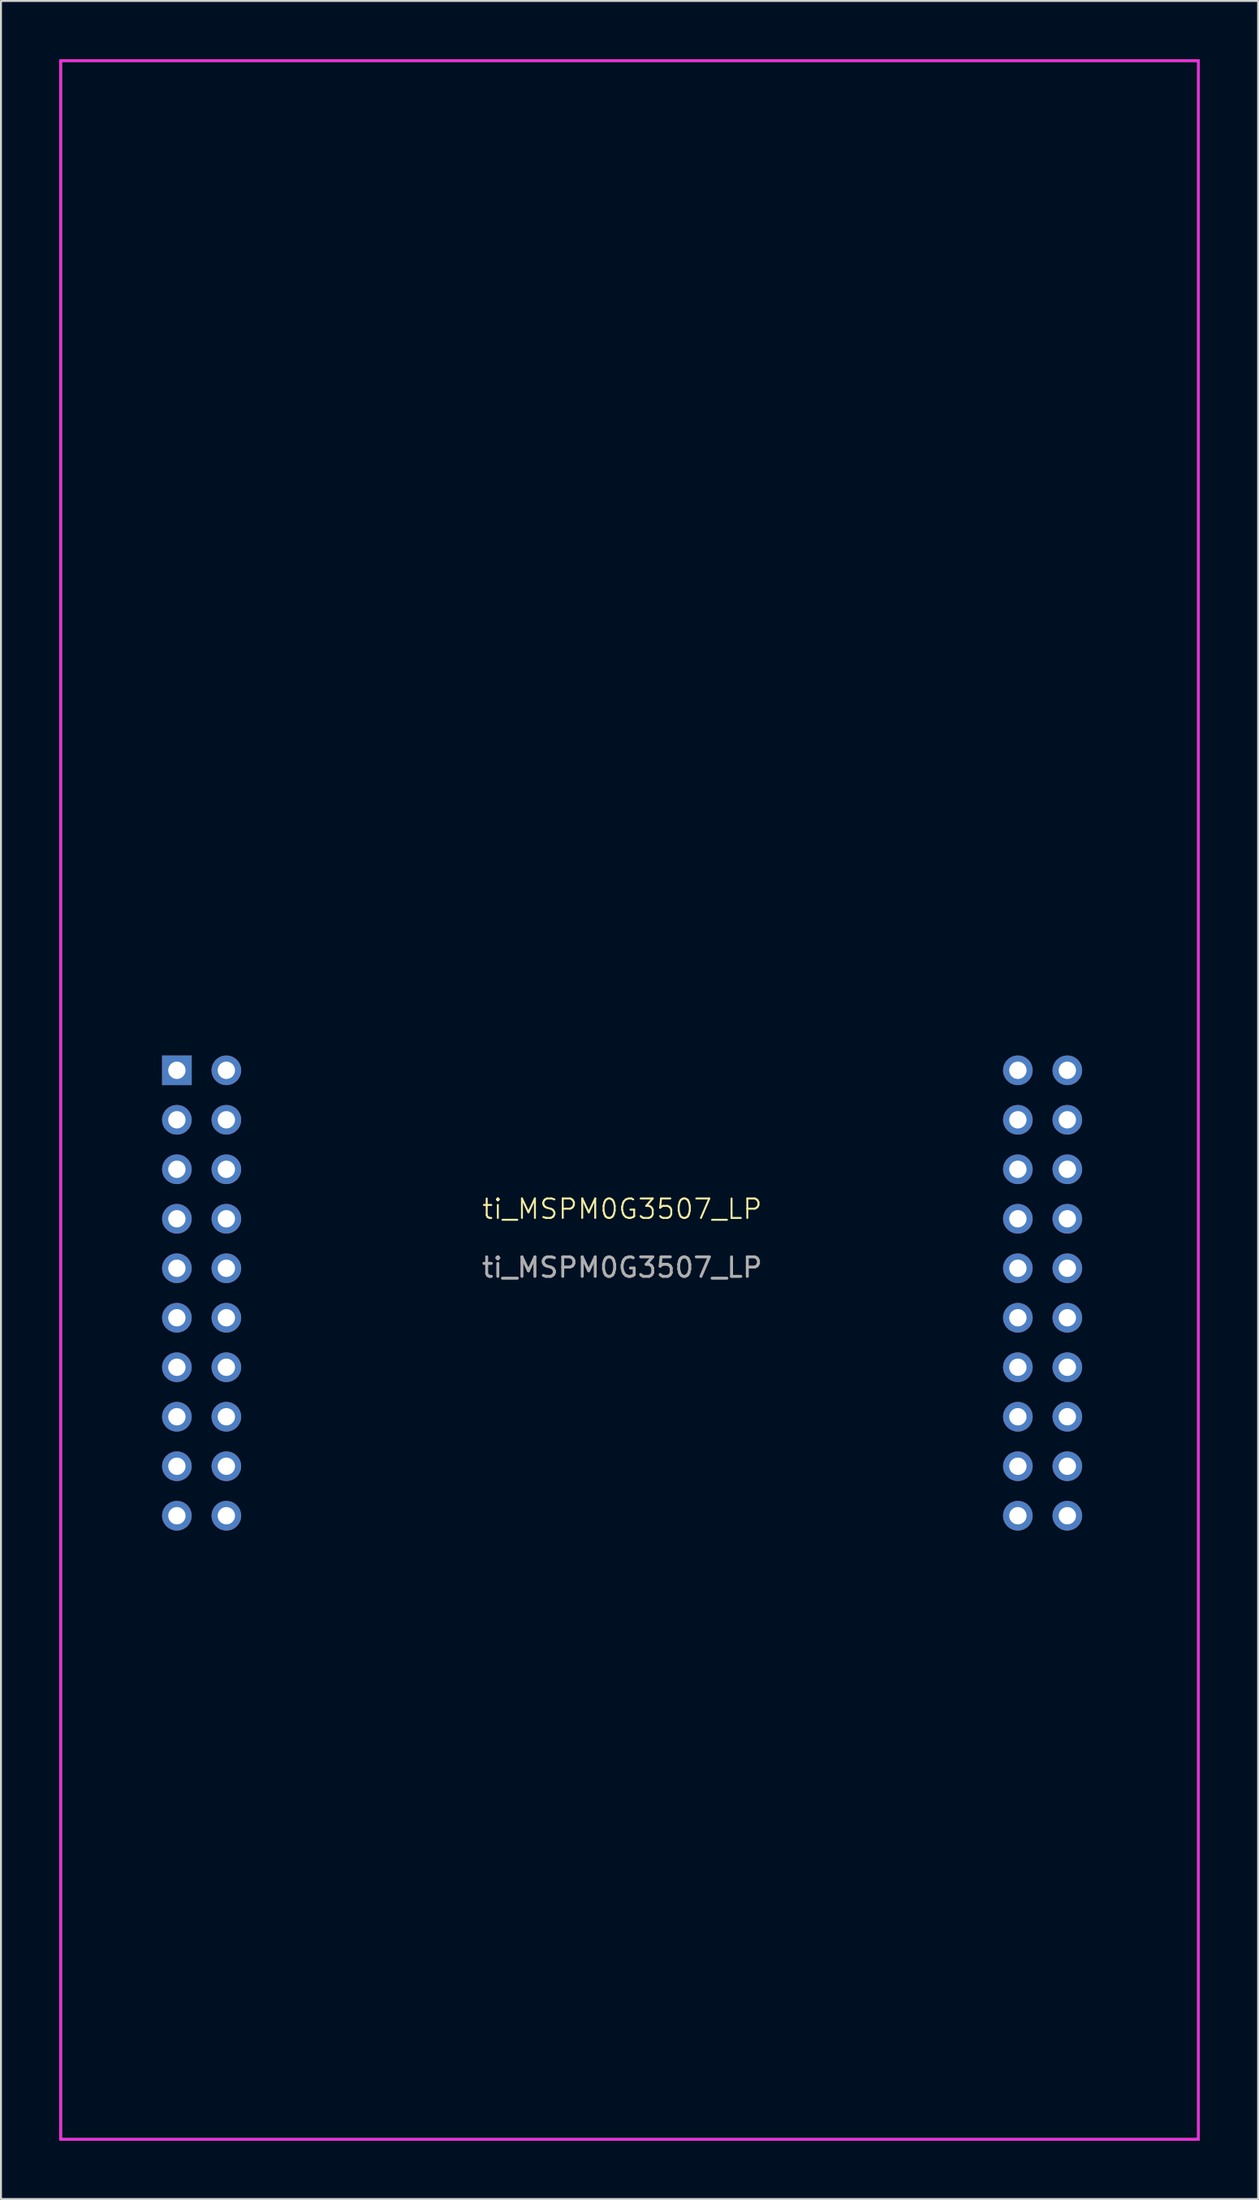
<source format=kicad_pcb>
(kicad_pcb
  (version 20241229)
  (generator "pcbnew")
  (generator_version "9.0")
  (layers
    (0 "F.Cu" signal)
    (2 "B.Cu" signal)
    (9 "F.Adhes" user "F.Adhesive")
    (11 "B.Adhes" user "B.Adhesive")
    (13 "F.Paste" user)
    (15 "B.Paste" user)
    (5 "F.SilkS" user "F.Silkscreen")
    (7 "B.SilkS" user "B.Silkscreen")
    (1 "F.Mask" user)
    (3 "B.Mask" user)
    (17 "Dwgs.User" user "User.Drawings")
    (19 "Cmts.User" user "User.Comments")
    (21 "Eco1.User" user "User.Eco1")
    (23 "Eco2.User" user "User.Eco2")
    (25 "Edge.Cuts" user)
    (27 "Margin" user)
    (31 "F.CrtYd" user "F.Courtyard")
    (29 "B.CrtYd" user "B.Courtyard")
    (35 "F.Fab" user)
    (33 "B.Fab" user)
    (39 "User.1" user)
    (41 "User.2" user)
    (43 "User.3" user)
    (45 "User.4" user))
  (footprint "ti_MSPM0G3507_LP"
    (layer "F.Cu")
    (at 28.892 59.499)
    (property "Reference" "ti_MSPM0G3507_LP" (at 0 -0.5 0) (unlocked yes) (layer "F.SilkS") (effects (font (size 1 1) (thickness 0.1))))
    (attr through_hole)
    (fp_line (start -28.829 -59.436) (end -28.829 47.244) (stroke (width 0.127) (type solid)) (layer "F.SilkS"))
    (fp_line (start -28.829 -59.436) (end 29.591 -59.436) (stroke (width 0.127) (type solid)) (layer "F.SilkS"))
    (fp_line (start -28.829 47.244) (end 29.591 47.244) (stroke (width 0.127) (type solid)) (layer "F.SilkS"))
    (fp_line (start 29.591 -59.436) (end 29.591 47.244) (stroke (width 0.127) (type solid)) (layer "F.SilkS"))
    (fp_line (start -28.829 -59.436) (end -28.829 47.244) (stroke (width 0.127) (type solid)) (layer "F.CrtYd"))
    (fp_line (start -28.829 -59.436) (end 29.591 -59.436) (stroke (width 0.127) (type solid)) (layer "F.CrtYd"))
    (fp_line (start -28.829 47.244) (end 29.591 47.244) (stroke (width 0.127) (type solid)) (layer "F.CrtYd"))
    (fp_line (start 29.591 -59.436) (end 29.591 47.244) (stroke (width 0.127) (type solid)) (layer "F.CrtYd"))
    (fp_line (start -28.829 -59.436) (end -28.829 47.244) (stroke (width 0.127) (type solid)) (layer "F.Fab"))
    (fp_line (start -28.829 -59.436) (end 29.591 -59.436) (stroke (width 0.127) (type solid)) (layer "F.Fab"))
    (fp_line (start -28.829 47.244) (end 29.591 47.244) (stroke (width 0.127) (type solid)) (layer "F.Fab"))
    (fp_line (start 29.591 -59.436) (end 29.591 47.244) (stroke (width 0.127) (type solid)) (layer "F.Fab"))
    (fp_text user "${REFERENCE}" (at 0 2.5 0) (unlocked yes) (layer "F.Fab") (effects (font (size 1 1) (thickness 0.15))))
    (pad "J1_1" thru_hole rect (at -22.86 -7.62) (size 1.52 1.52) (drill 0.89) (layers "*.Cu" "*.Mask"))
    (pad "J1_2" thru_hole circle (at -22.86 -5.08) (size 1.52 1.52) (drill 0.89) (layers "*.Cu" "*.Mask"))
    (pad "J1_3" thru_hole circle (at -22.86 -2.54) (size 1.52 1.52) (drill 0.89) (layers "*.Cu" "*.Mask"))
    (pad "J1_4" thru_hole circle (at -22.86 0) (size 1.52 1.52) (drill 0.89) (layers "*.Cu" "*.Mask"))
    (pad "J1_5" thru_hole circle (at -22.86 2.54) (size 1.52 1.52) (drill 0.89) (layers "*.Cu" "*.Mask"))
    (pad "J1_6" thru_hole circle (at -22.86 5.08) (size 1.52 1.52) (drill 0.89) (layers "*.Cu" "*.Mask"))
    (pad "J1_7" thru_hole circle (at -22.86 7.62) (size 1.52 1.52) (drill 0.89) (layers "*.Cu" "*.Mask"))
    (pad "J1_8" thru_hole circle (at -22.86 10.16) (size 1.52 1.52) (drill 0.89) (layers "*.Cu" "*.Mask"))
    (pad "J1_9" thru_hole circle (at -22.86 12.7) (size 1.52 1.52) (drill 0.89) (layers "*.Cu" "*.Mask"))
    (pad "J1_10" thru_hole circle (at -22.86 15.24) (size 1.52 1.52) (drill 0.89) (layers "*.Cu" "*.Mask"))
    (pad "J2_1" thru_hole circle (at 22.86 -7.62) (size 1.52 1.52) (drill 0.89) (layers "*.Cu" "*.Mask"))
    (pad "J2_2" thru_hole circle (at 22.86 -5.08) (size 1.52 1.52) (drill 0.89) (layers "*.Cu" "*.Mask"))
    (pad "J2_3" thru_hole circle (at 22.86 -2.54) (size 1.52 1.52) (drill 0.89) (layers "*.Cu" "*.Mask"))
    (pad "J2_4" thru_hole circle (at 22.86 0) (size 1.52 1.52) (drill 0.89) (layers "*.Cu" "*.Mask"))
    (pad "J2_5" thru_hole circle (at 22.86 2.54) (size 1.52 1.52) (drill 0.89) (layers "*.Cu" "*.Mask"))
    (pad "J2_6" thru_hole circle (at 22.86 5.08) (size 1.52 1.52) (drill 0.89) (layers "*.Cu" "*.Mask"))
    (pad "J2_7" thru_hole circle (at 22.86 7.62) (size 1.52 1.52) (drill 0.89) (layers "*.Cu" "*.Mask"))
    (pad "J2_8" thru_hole circle (at 22.86 10.16) (size 1.52 1.52) (drill 0.89) (layers "*.Cu" "*.Mask"))
    (pad "J2_9" thru_hole circle (at 22.86 12.7) (size 1.52 1.52) (drill 0.89) (layers "*.Cu" "*.Mask"))
    (pad "J2_10" thru_hole circle (at 22.86 15.24) (size 1.52 1.52) (drill 0.89) (layers "*.Cu" "*.Mask"))
    (pad "J3_1" thru_hole circle (at -20.32 -7.62) (size 1.52 1.52) (drill 0.89) (layers "*.Cu" "*.Mask"))
    (pad "J3_2" thru_hole circle (at -20.32 -5.08) (size 1.52 1.52) (drill 0.89) (layers "*.Cu" "*.Mask"))
    (pad "J3_3" thru_hole circle (at -20.32 -2.54) (size 1.52 1.52) (drill 0.89) (layers "*.Cu" "*.Mask"))
    (pad "J3_4" thru_hole circle (at -20.32 0) (size 1.52 1.52) (drill 0.89) (layers "*.Cu" "*.Mask"))
    (pad "J3_5" thru_hole circle (at -20.32 2.54) (size 1.52 1.52) (drill 0.89) (layers "*.Cu" "*.Mask"))
    (pad "J3_6" thru_hole circle (at -20.32 5.08) (size 1.52 1.52) (drill 0.89) (layers "*.Cu" "*.Mask"))
    (pad "J3_7" thru_hole circle (at -20.32 7.62) (size 1.52 1.52) (drill 0.89) (layers "*.Cu" "*.Mask"))
    (pad "J3_8" thru_hole circle (at -20.32 10.16) (size 1.52 1.52) (drill 0.89) (layers "*.Cu" "*.Mask"))
    (pad "J3_9" thru_hole circle (at -20.32 12.7) (size 1.52 1.52) (drill 0.89) (layers "*.Cu" "*.Mask"))
    (pad "J3_10" thru_hole circle (at -20.32 15.24) (size 1.52 1.52) (drill 0.89) (layers "*.Cu" "*.Mask"))
    (pad "J4_1" thru_hole circle (at 20.32 -7.62) (size 1.52 1.52) (drill 0.89) (layers "*.Cu" "*.Mask"))
    (pad "J4_2" thru_hole circle (at 20.32 -5.08) (size 1.52 1.52) (drill 0.89) (layers "*.Cu" "*.Mask"))
    (pad "J4_3" thru_hole circle (at 20.32 -2.54) (size 1.52 1.52) (drill 0.89) (layers "*.Cu" "*.Mask"))
    (pad "J4_4" thru_hole circle (at 20.32 0) (size 1.52 1.52) (drill 0.89) (layers "*.Cu" "*.Mask"))
    (pad "J4_5" thru_hole circle (at 20.32 2.54) (size 1.52 1.52) (drill 0.89) (layers "*.Cu" "*.Mask"))
    (pad "J4_6" thru_hole circle (at 20.32 5.08) (size 1.52 1.52) (drill 0.89) (layers "*.Cu" "*.Mask"))
    (pad "J4_7" thru_hole circle (at 20.32 7.62) (size 1.52 1.52) (drill 0.89) (layers "*.Cu" "*.Mask"))
    (pad "J4_8" thru_hole circle (at 20.32 10.16) (size 1.52 1.52) (drill 0.89) (layers "*.Cu" "*.Mask"))
    (pad "J4_9" thru_hole circle (at 20.32 12.7) (size 1.52 1.52) (drill 0.89) (layers "*.Cu" "*.Mask"))
    (pad "J4_10" thru_hole circle (at 20.32 15.24) (size 1.52 1.52) (drill 0.89) (layers "*.Cu" "*.Mask")))
  (gr_rect
    (start -3 -3)
    (end 61.547 109.807)
    (stroke (width 0.1) (type default))
    (fill no)
    (layer "Edge.Cuts")))
</source>
